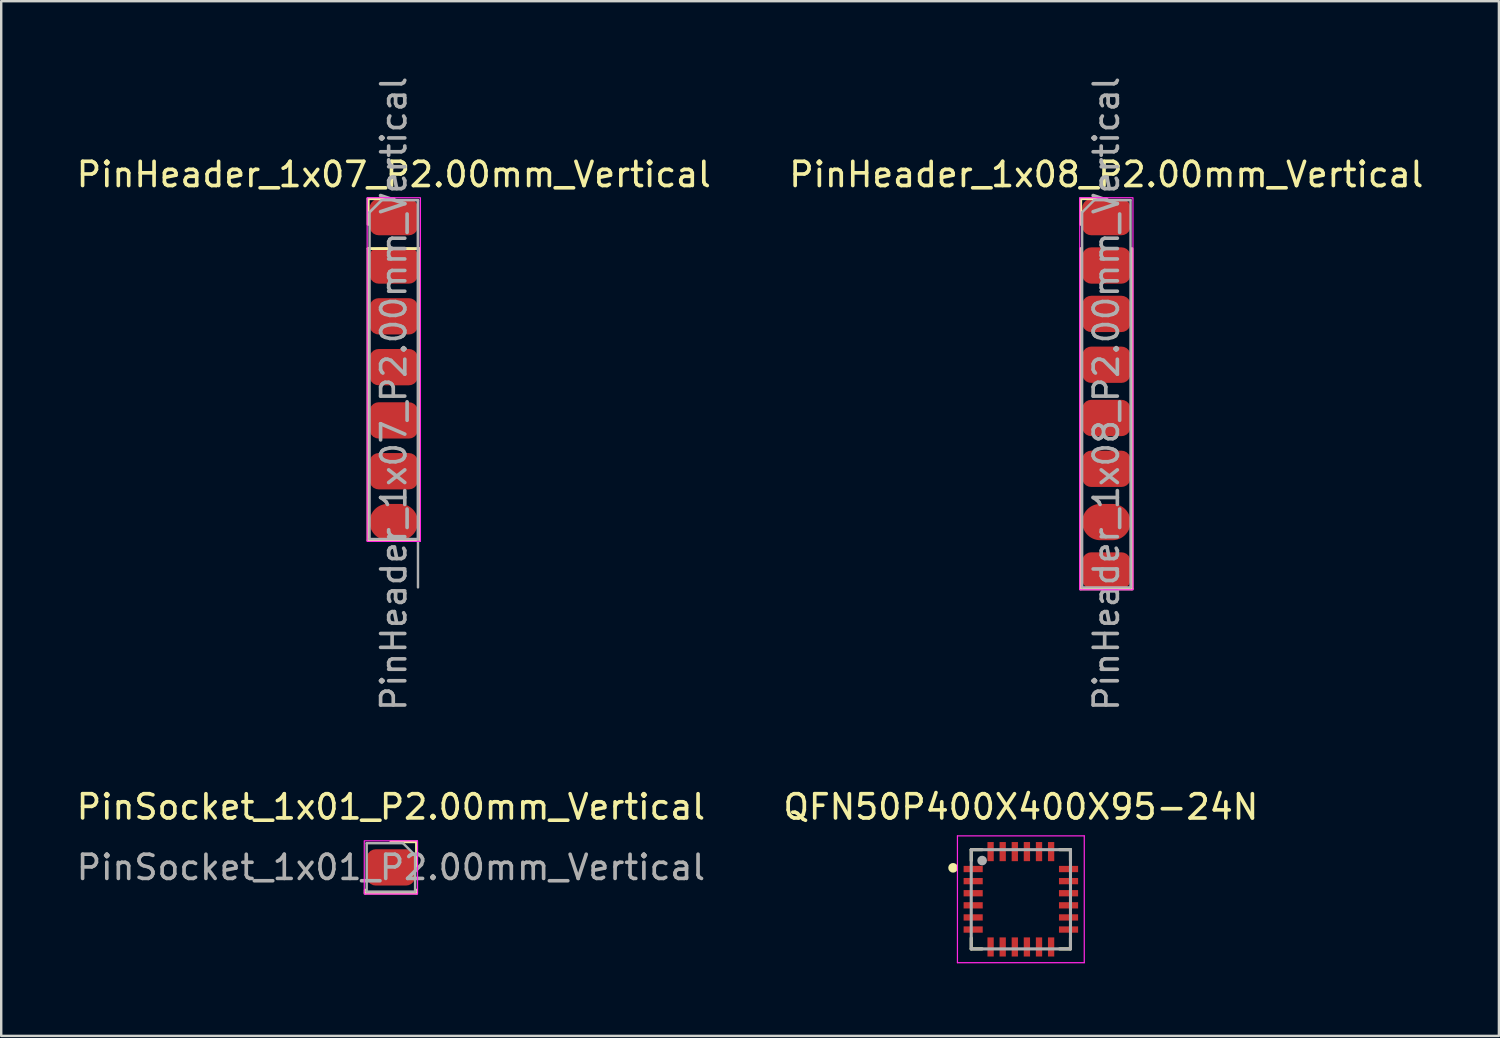
<source format=kicad_pcb>
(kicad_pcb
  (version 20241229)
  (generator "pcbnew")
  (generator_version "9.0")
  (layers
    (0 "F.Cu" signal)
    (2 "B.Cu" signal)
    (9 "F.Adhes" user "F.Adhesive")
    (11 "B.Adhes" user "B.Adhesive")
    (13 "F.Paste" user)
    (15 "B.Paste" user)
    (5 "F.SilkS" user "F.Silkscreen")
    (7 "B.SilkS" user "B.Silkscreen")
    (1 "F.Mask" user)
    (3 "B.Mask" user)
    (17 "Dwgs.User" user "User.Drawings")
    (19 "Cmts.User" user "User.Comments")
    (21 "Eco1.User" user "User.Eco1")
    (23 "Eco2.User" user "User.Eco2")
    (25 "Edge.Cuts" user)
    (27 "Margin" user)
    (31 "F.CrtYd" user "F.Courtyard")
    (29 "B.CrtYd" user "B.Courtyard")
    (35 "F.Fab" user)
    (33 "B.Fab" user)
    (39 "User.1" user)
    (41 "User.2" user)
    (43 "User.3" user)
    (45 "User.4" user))
  (footprint "QFN50P400X400X95-24N"
    (layer "F.Cu")
    (at 39.129 34.106)
    (property "Reference" "QFN50P400X400X95-24N" (at -0.00001 -3.816 0) (layer "F.SilkS") (effects (font (size 1.002 1.002) (thickness 0.15))))
    (attr smd)
    (fp_line (start -2.05 -2.05) (end -2.05 -1.6) (stroke (width 0.127) (type solid)) (layer "F.SilkS"))
    (fp_line (start -2.05 1.6) (end -2.05 2.05) (stroke (width 0.127) (type solid)) (layer "F.SilkS"))
    (fp_line (start -1.6 -2.05) (end -2.05 -2.05) (stroke (width 0.127) (type solid)) (layer "F.SilkS"))
    (fp_line (start -1.6 2.05) (end -2.05 2.05) (stroke (width 0.127) (type solid)) (layer "F.SilkS"))
    (fp_line (start 2.05 -2.05) (end 1.6 -2.05) (stroke (width 0.127) (type solid)) (layer "F.SilkS"))
    (fp_line (start 2.05 -2.05) (end 2.05 -1.6) (stroke (width 0.127) (type solid)) (layer "F.SilkS"))
    (fp_line (start 2.05 1.6) (end 2.05 2.05) (stroke (width 0.127) (type solid)) (layer "F.SilkS"))
    (fp_line (start 2.05 2.05) (end 1.6 2.05) (stroke (width 0.127) (type solid)) (layer "F.SilkS"))
    (fp_circle (center -2.8 -1.3) (end -2.7 -1.3) (stroke (width 0.2) (type solid)) (fill no) (layer "F.SilkS"))
    (fp_line (start -2.62 -2.62) (end 2.62 -2.62) (stroke (width 0.05) (type solid)) (layer "F.CrtYd"))
    (fp_line (start -2.62 2.62) (end -2.62 -2.62) (stroke (width 0.05) (type solid)) (layer "F.CrtYd"))
    (fp_line (start 2.62 -2.62) (end 2.62 2.62) (stroke (width 0.05) (type solid)) (layer "F.CrtYd"))
    (fp_line (start 2.62 2.62) (end -2.62 2.62) (stroke (width 0.05) (type solid)) (layer "F.CrtYd"))
    (fp_line (start -2.05 -2.05) (end 2.05 -2.05) (stroke (width 0.127) (type solid)) (layer "F.Fab"))
    (fp_line (start -2.05 2.05) (end -2.05 -2.05) (stroke (width 0.127) (type solid)) (layer "F.Fab"))
    (fp_line (start 2.05 -2.05) (end 2.05 2.05) (stroke (width 0.127) (type solid)) (layer "F.Fab"))
    (fp_line (start 2.05 2.05) (end -2.05 2.05) (stroke (width 0.127) (type solid)) (layer "F.Fab"))
    (fp_circle (center -1.6 -1.6) (end -1.5 -1.6) (stroke (width 0.2) (type solid)) (fill no) (layer "F.Fab"))
    (pad "1" smd rect (at -1.97 -1.25) (size 0.79 0.26) (layers "F.Cu" "F.Mask" "F.Paste"))
    (pad "2" smd rect (at -1.97 -0.75) (size 0.79 0.26) (layers "F.Cu" "F.Mask" "F.Paste"))
    (pad "3" smd rect (at -1.97 -0.25) (size 0.79 0.26) (layers "F.Cu" "F.Mask" "F.Paste"))
    (pad "4" smd rect (at -1.97 0.25) (size 0.79 0.26) (layers "F.Cu" "F.Mask" "F.Paste"))
    (pad "5" smd rect (at -1.97 0.75) (size 0.79 0.26) (layers "F.Cu" "F.Mask" "F.Paste"))
    (pad "6" smd rect (at -1.97 1.25) (size 0.79 0.26) (layers "F.Cu" "F.Mask" "F.Paste"))
    (pad "7" smd rect (at -1.25 1.97 90) (size 0.79 0.26) (layers "F.Cu" "F.Mask" "F.Paste"))
    (pad "8" smd rect (at -0.75 1.97 90) (size 0.79 0.26) (layers "F.Cu" "F.Mask" "F.Paste"))
    (pad "9" smd rect (at -0.25 1.97 90) (size 0.79 0.26) (layers "F.Cu" "F.Mask" "F.Paste"))
    (pad "10" smd rect (at 0.25 1.97 90) (size 0.79 0.26) (layers "F.Cu" "F.Mask" "F.Paste"))
    (pad "11" smd rect (at 0.75 1.97 90) (size 0.79 0.26) (layers "F.Cu" "F.Mask" "F.Paste"))
    (pad "12" smd rect (at 1.25 1.97 90) (size 0.79 0.26) (layers "F.Cu" "F.Mask" "F.Paste"))
    (pad "13" smd rect (at 1.97 1.25 180) (size 0.79 0.26) (layers "F.Cu" "F.Mask" "F.Paste"))
    (pad "14" smd rect (at 1.97 0.75 180) (size 0.79 0.26) (layers "F.Cu" "F.Mask" "F.Paste"))
    (pad "15" smd rect (at 1.97 0.25 180) (size 0.79 0.26) (layers "F.Cu" "F.Mask" "F.Paste"))
    (pad "16" smd rect (at 1.97 -0.25 180) (size 0.79 0.26) (layers "F.Cu" "F.Mask" "F.Paste"))
    (pad "17" smd rect (at 1.97 -0.75 180) (size 0.79 0.26) (layers "F.Cu" "F.Mask" "F.Paste"))
    (pad "18" smd rect (at 1.97 -1.25 180) (size 0.79 0.26) (layers "F.Cu" "F.Mask" "F.Paste"))
    (pad "19" smd rect (at 1.25 -1.97 270) (size 0.79 0.26) (layers "F.Cu" "F.Mask" "F.Paste"))
    (pad "20" smd rect (at 0.75 -1.97 270) (size 0.79 0.26) (layers "F.Cu" "F.Mask" "F.Paste"))
    (pad "21" smd rect (at 0.25 -1.97 270) (size 0.79 0.26) (layers "F.Cu" "F.Mask" "F.Paste"))
    (pad "22" smd rect (at -0.25 -1.97 270) (size 0.79 0.26) (layers "F.Cu" "F.Mask" "F.Paste"))
    (pad "23" smd rect (at -0.75 -1.97 270) (size 0.79 0.26) (layers "F.Cu" "F.Mask" "F.Paste"))
    (pad "24" smd rect (at -1.25 -1.97 270) (size 0.79 0.26) (layers "F.Cu" "F.Mask" "F.Paste"))
    (zone (net_name "") (layer "F.Cu") (hatch full 0.508) (connect_pads) (min_thickness 0.01) (filled_areas_thickness no) (keepout (tracks not_allowed) (vias not_allowed) (pads not_allowed) (copperpour not_allowed) (footprints allowed)) (placement (enabled no)) (fill) (polygon (pts (xy 37.779 32.806) (xy 40.479 32.806) (xy 40.479 35.406) (xy 37.779 35.406))))
    (zone (net_name "") (layers "F.Cu" "B.Cu") (hatch full 0.508) (connect_pads) (min_thickness 0.01) (filled_areas_thickness no) (keepout (tracks allowed) (vias not_allowed) (pads allowed) (copperpour allowed) (footprints allowed)) (placement (enabled no)) (fill) (polygon (pts (xy 37.779 32.806) (xy 40.479 32.806) (xy 40.479 35.406) (xy 37.779 35.406)))))
  (footprint "PinHeader_1x08_P2.00mm_Vertical"
    (layer "F.Cu")
    (at 42.661 6.22)
    (property "Reference" "PinHeader_1x08_P2.00mm_Vertical" (at 0 -2.06 0) (layer "F.SilkS") (effects (font (size 1 1) (thickness 0.15))))
    (attr through_hole)
    (fp_line (start -1.06 -1.06) (end 0 -1.06) (stroke (width 0.12) (type solid)) (layer "F.SilkS"))
    (fp_line (start -1.06 0) (end -1.06 -1.06) (stroke (width 0.12) (type solid)) (layer "F.SilkS"))
    (fp_line (start -1.06 1) (end -1.06 15.06) (stroke (width 0.12) (type solid)) (layer "F.SilkS"))
    (fp_line (start -1.06 15.06) (end 1.06 15.06) (stroke (width 0.12) (type solid)) (layer "F.SilkS"))
    (fp_line (start 1.06 1) (end 1.06 15.06) (stroke (width 0.12) (type solid)) (layer "F.SilkS"))
    (fp_rect (start -1.1 -1.1) (end 1.1 15.1) (stroke (width 0.05) (type default)) (fill no) (layer "F.CrtYd"))
    (fp_line (start -1 -0.5) (end -0.5 -1) (stroke (width 0.1) (type solid)) (layer "F.Fab"))
    (fp_line (start -1 15) (end -1 -0.5) (stroke (width 0.1) (type solid)) (layer "F.Fab"))
    (fp_line (start -0.5 -1) (end 1 -1) (stroke (width 0.1) (type solid)) (layer "F.Fab"))
    (fp_line (start 1 -1) (end 1 15) (stroke (width 0.1) (type solid)) (layer "F.Fab"))
    (fp_line (start 1 15) (end -1 15) (stroke (width 0.1) (type solid)) (layer "F.Fab"))
    (fp_text user "${REFERENCE}" (at 0 7 90) (layer "F.Fab") (effects (font (size 1 1) (thickness 0.15))))
    (pad "1" smd roundrect (at 0 -0.3) (size 2 1.5) (layers "F.Cu" "F.Mask" "F.Paste") (roundrect_rratio 0.25))
    (pad "2" smd roundrect (at 0 1.7) (size 2 1.5) (layers "F.Cu" "F.Mask" "F.Paste") (roundrect_rratio 0.25))
    (pad "3" smd roundrect (at 0 3.7) (size 2 1.5) (layers "F.Cu" "F.Mask" "F.Paste") (roundrect_rratio 0.25))
    (pad "4" smd roundrect (at 0 5.8) (size 2 1.5) (layers "F.Cu" "F.Mask" "F.Paste") (roundrect_rratio 0.25))
    (pad "5" smd roundrect (at 0 8) (size 2 1.5) (layers "F.Cu" "F.Mask" "F.Paste") (roundrect_rratio 0.25))
    (pad "6" smd roundrect (at 0 10.1) (size 2 1.5) (layers "F.Cu" "F.Mask" "F.Paste") (roundrect_rratio 0.25))
    (pad "7" smd oval (at 0 12.3) (size 2 1.5) (layers "F.Cu" "F.Mask" "F.Paste"))
    (pad "8" smd roundrect (at 0 14.3) (size 2 1.5) (layers "F.Cu" "F.Mask" "F.Paste") (roundrect_rratio 0.25)))
  (footprint "PinHeader_1x07_P2.00mm_Vertical"
    (layer "F.Cu")
    (at 13.22 6.22)
    (property "Reference" "PinHeader_1x07_P2.00mm_Vertical" (at 0 -2.06 0) (layer "F.SilkS") (effects (font (size 1 1) (thickness 0.15))))
    (attr through_hole)
    (fp_line (start -1.06 -1.06) (end 0 -1.06) (stroke (width 0.12) (type solid)) (layer "F.SilkS"))
    (fp_line (start -1.06 0) (end -1.06 -1.06) (stroke (width 0.12) (type solid)) (layer "F.SilkS"))
    (fp_line (start -1.06 1) (end -1.06 13.06) (stroke (width 0.12) (type solid)) (layer "F.SilkS"))
    (fp_line (start -1.06 1) (end 1.06 1) (stroke (width 0.12) (type solid)) (layer "F.SilkS"))
    (fp_line (start -1.06 13.06) (end 1.06 13.06) (stroke (width 0.12) (type solid)) (layer "F.SilkS"))
    (fp_line (start 1.06 1) (end 1.06 13.06) (stroke (width 0.12) (type solid)) (layer "F.SilkS"))
    (fp_rect (start -1.1 -1.1) (end 1.1 13.1) (stroke (width 0.05) (type default)) (fill no) (layer "F.CrtYd"))
    (fp_line (start -1 -0.5) (end -0.5 -1) (stroke (width 0.1) (type solid)) (layer "F.Fab"))
    (fp_line (start -1 -0.5) (end -0.5 -1) (stroke (width 0.1) (type solid)) (layer "F.Fab"))
    (fp_line (start -1 13) (end -1 -0.5) (stroke (width 0.1) (type solid)) (layer "F.Fab"))
    (fp_line (start -0.5 -1) (end 1 -1) (stroke (width 0.1) (type solid)) (layer "F.Fab"))
    (fp_line (start 1 -1) (end 1 13) (stroke (width 0.1) (type solid)) (layer "F.Fab"))
    (fp_line (start 1 -1) (end 1 15) (stroke (width 0.1) (type solid)) (layer "F.Fab"))
    (fp_line (start 1 13) (end -1 13) (stroke (width 0.1) (type solid)) (layer "F.Fab"))
    (fp_text user "${REFERENCE}" (at 0 7 90) (layer "F.Fab") (effects (font (size 1 1) (thickness 0.15))))
    (pad "1" smd roundrect (at 0 -0.3) (size 2 1.5) (layers "F.Cu" "F.Mask" "F.Paste") (roundrect_rratio 0.25))
    (pad "2" smd roundrect (at 0 1.7) (size 2 1.5) (layers "F.Cu" "F.Mask" "F.Paste") (roundrect_rratio 0.25))
    (pad "3" smd roundrect (at 0 3.8) (size 2 1.5) (layers "F.Cu" "F.Mask" "F.Paste") (roundrect_rratio 0.25))
    (pad "4" smd roundrect (at 0 5.9) (size 2 1.5) (layers "F.Cu" "F.Mask" "F.Paste") (roundrect_rratio 0.25))
    (pad "5" smd roundrect (at 0 8.1) (size 2 1.5) (layers "F.Cu" "F.Mask" "F.Paste") (roundrect_rratio 0.25))
    (pad "6" smd roundrect (at 0 10.2) (size 2 1.5) (layers "F.Cu" "F.Mask" "F.Paste") (roundrect_rratio 0.25))
    (pad "7" smd oval (at 0 12.3) (size 2 1.5) (layers "F.Cu" "F.Mask" "F.Paste")))
  (footprint "PinSocket_1x01_P2.00mm_Vertical"
    (layer "F.Cu")
    (at 13.101 32.789)
    (property "Reference" "PinSocket_1x01_P2.00mm_Vertical" (at 0 -2.5 0) (layer "F.SilkS") (effects (font (size 1 1) (thickness 0.15))))
    (attr through_hole)
    (fp_line (start -1.06 0.94) (end -1.06 1.06) (stroke (width 0.12) (type solid)) (layer "F.SilkS"))
    (fp_line (start -1.06 1.06) (end 1.06 1.06) (stroke (width 0.12) (type solid)) (layer "F.SilkS"))
    (fp_line (start 0 -1.06) (end 1.06 -1.06) (stroke (width 0.12) (type solid)) (layer "F.SilkS"))
    (fp_line (start 1.06 -1.06) (end 1.06 0) (stroke (width 0.12) (type solid)) (layer "F.SilkS"))
    (fp_line (start 1.06 0.94) (end 1.06 1.06) (stroke (width 0.12) (type solid)) (layer "F.SilkS"))
    (fp_rect (start -1.1 -1.1) (end 1.1 1.1) (stroke (width 0.05) (type default)) (fill no) (layer "F.CrtYd"))
    (fp_line (start -1 -1) (end 0.5 -1) (stroke (width 0.1) (type solid)) (layer "F.Fab"))
    (fp_line (start -1 1) (end -1 -1) (stroke (width 0.1) (type solid)) (layer "F.Fab"))
    (fp_line (start 0.5 -1) (end 1 -0.5) (stroke (width 0.1) (type solid)) (layer "F.Fab"))
    (fp_line (start 1 -0.5) (end 1 1) (stroke (width 0.1) (type solid)) (layer "F.Fab"))
    (fp_line (start 1 1) (end -1 1) (stroke (width 0.1) (type solid)) (layer "F.Fab"))
    (fp_text user "${REFERENCE}" (at 0 0 0) (layer "F.Fab") (effects (font (size 1 1) (thickness 0.15))))
    (pad "1" smd roundrect (at 0 0) (size 2 1.5) (layers "F.Cu" "F.Mask" "F.Paste") (roundrect_rratio 0.25)))
  (gr_rect
    (start -3 -3)
    (end 58.881 39.751)
    (stroke (width 0.1) (type default))
    (fill no)
    (layer "Edge.Cuts")))
</source>
